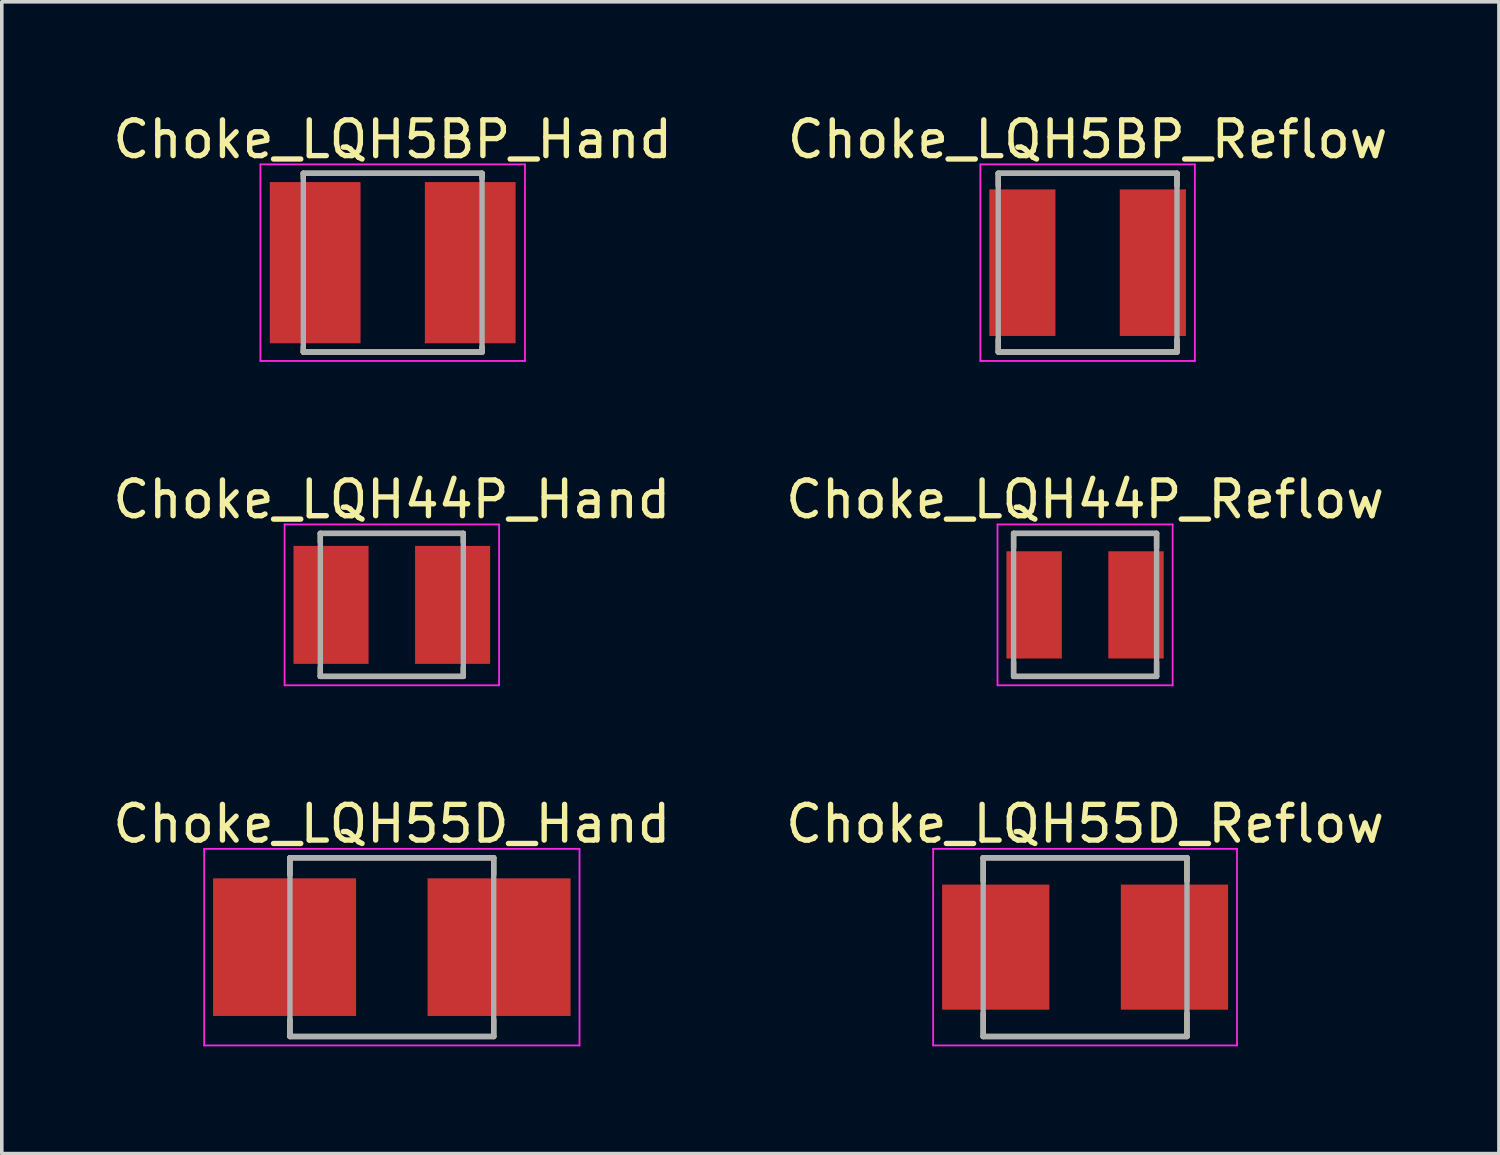
<source format=kicad_pcb>
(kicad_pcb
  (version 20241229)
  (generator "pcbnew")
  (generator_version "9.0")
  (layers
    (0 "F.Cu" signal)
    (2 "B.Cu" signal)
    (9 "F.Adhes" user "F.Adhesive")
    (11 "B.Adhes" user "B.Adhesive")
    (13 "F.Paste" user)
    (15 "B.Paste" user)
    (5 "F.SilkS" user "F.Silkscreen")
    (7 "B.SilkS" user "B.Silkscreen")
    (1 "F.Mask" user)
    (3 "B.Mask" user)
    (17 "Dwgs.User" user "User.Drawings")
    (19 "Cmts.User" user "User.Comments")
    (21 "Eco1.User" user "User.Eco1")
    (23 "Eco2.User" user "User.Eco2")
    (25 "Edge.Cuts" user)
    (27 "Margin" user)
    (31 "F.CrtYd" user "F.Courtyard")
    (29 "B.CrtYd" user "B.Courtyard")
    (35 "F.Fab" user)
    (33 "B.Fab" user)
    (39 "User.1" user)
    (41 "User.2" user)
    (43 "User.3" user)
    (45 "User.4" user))
  (footprint "Choke_LQH44P_Reflow"
    (layer "F.Cu")
    (at 27.304 13.871)
    (property "Reference" "Choke_LQH44P_Reflow" (at 0 -2.95 0) (layer "F.SilkS") (effects (font (size 1 1) (thickness 0.15))))
    (attr smd)
    (fp_line (start -2 -2) (end -2 -1.6) (stroke (width 0.15) (type solid)) (layer "F.SilkS"))
    (fp_line (start -2 -2) (end 2 -2) (stroke (width 0.15) (type solid)) (layer "F.SilkS"))
    (fp_line (start -2 1.6) (end -2 2) (stroke (width 0.15) (type solid)) (layer "F.SilkS"))
    (fp_line (start -2 2) (end 2 2) (stroke (width 0.15) (type solid)) (layer "F.SilkS"))
    (fp_line (start 2 -2) (end 2 -1.6) (stroke (width 0.15) (type solid)) (layer "F.SilkS"))
    (fp_line (start 2 1.6) (end 2 2) (stroke (width 0.15) (type solid)) (layer "F.SilkS"))
    (fp_line (start -2.45 -2.25) (end -2.45 2.25) (stroke (width 0.05) (type solid)) (layer "F.CrtYd"))
    (fp_line (start -2.45 -2.25) (end 2.45 -2.25) (stroke (width 0.05) (type solid)) (layer "F.CrtYd"))
    (fp_line (start -2.45 2.25) (end 2.45 2.25) (stroke (width 0.05) (type solid)) (layer "F.CrtYd"))
    (fp_line (start 2.45 -2.25) (end 2.45 2.25) (stroke (width 0.05) (type solid)) (layer "F.CrtYd"))
    (fp_line (start -2 -2) (end -2 2) (stroke (width 0.15) (type solid)) (layer "F.Fab"))
    (fp_line (start -2 -2) (end 2 -2) (stroke (width 0.15) (type solid)) (layer "F.Fab"))
    (fp_line (start -2 2) (end 2 2) (stroke (width 0.15) (type solid)) (layer "F.Fab"))
    (fp_line (start 2 -2) (end 2 2) (stroke (width 0.15) (type solid)) (layer "F.Fab"))
    (pad "1" smd rect (at -1.425 0) (size 1.55 3) (layers "F.Cu" "F.Mask" "F.Paste"))
    (pad "2" smd rect (at 1.425 0) (size 1.55 3) (layers "F.Cu" "F.Mask" "F.Paste")))
  (footprint "Choke_LQH55D_Reflow"
    (layer "F.Cu")
    (at 27.304 23.445)
    (property "Reference" "Choke_LQH55D_Reflow" (at 0 -3.45 0) (layer "F.SilkS") (effects (font (size 1 1) (thickness 0.15))))
    (attr smd)
    (fp_line (start -2.85 -2.5) (end -2.85 -1.85) (stroke (width 0.15) (type solid)) (layer "F.SilkS"))
    (fp_line (start -2.85 -2.5) (end 2.85 -2.5) (stroke (width 0.15) (type solid)) (layer "F.SilkS"))
    (fp_line (start -2.85 1.85) (end -2.85 2.5) (stroke (width 0.15) (type solid)) (layer "F.SilkS"))
    (fp_line (start -2.85 2.5) (end 2.85 2.5) (stroke (width 0.15) (type solid)) (layer "F.SilkS"))
    (fp_line (start 2.85 -2.5) (end 2.85 -1.85) (stroke (width 0.15) (type solid)) (layer "F.SilkS"))
    (fp_line (start 2.85 1.85) (end 2.85 2.5) (stroke (width 0.15) (type solid)) (layer "F.SilkS"))
    (fp_line (start -4.25 -2.75) (end -4.25 2.75) (stroke (width 0.05) (type solid)) (layer "F.CrtYd"))
    (fp_line (start -4.25 -2.75) (end 4.25 -2.75) (stroke (width 0.05) (type solid)) (layer "F.CrtYd"))
    (fp_line (start -4.25 2.75) (end 4.25 2.75) (stroke (width 0.05) (type solid)) (layer "F.CrtYd"))
    (fp_line (start 4.25 -2.75) (end 4.25 2.75) (stroke (width 0.05) (type solid)) (layer "F.CrtYd"))
    (fp_line (start -2.85 -2.5) (end -2.85 2.5) (stroke (width 0.15) (type solid)) (layer "F.Fab"))
    (fp_line (start -2.85 -2.5) (end 2.85 -2.5) (stroke (width 0.15) (type solid)) (layer "F.Fab"))
    (fp_line (start -2.85 2.5) (end 2.85 2.5) (stroke (width 0.15) (type solid)) (layer "F.Fab"))
    (fp_line (start 2.85 -2.5) (end 2.85 2.5) (stroke (width 0.15) (type solid)) (layer "F.Fab"))
    (pad "1" smd rect (at -2.5 0) (size 3 3.5) (layers "F.Cu" "F.Mask" "F.Paste"))
    (pad "2" smd rect (at 2.5 0) (size 3 3.5) (layers "F.Cu" "F.Mask" "F.Paste")))
  (footprint "Choke_LQH55D_Hand"
    (layer "F.Cu")
    (at 7.911 23.445)
    (property "Reference" "Choke_LQH55D_Hand" (at 0 -3.45 0) (layer "F.SilkS") (effects (font (size 1 1) (thickness 0.15))))
    (attr smd)
    (fp_line (start -2.85 -2.5) (end -2.85 -2.025) (stroke (width 0.15) (type solid)) (layer "F.SilkS"))
    (fp_line (start -2.85 -2.5) (end 2.85 -2.5) (stroke (width 0.15) (type solid)) (layer "F.SilkS"))
    (fp_line (start -2.85 2.025) (end -2.85 2.5) (stroke (width 0.15) (type solid)) (layer "F.SilkS"))
    (fp_line (start -2.85 2.5) (end 2.85 2.5) (stroke (width 0.15) (type solid)) (layer "F.SilkS"))
    (fp_line (start 2.85 -2.5) (end 2.85 -2.025) (stroke (width 0.15) (type solid)) (layer "F.SilkS"))
    (fp_line (start 2.85 2.025) (end 2.85 2.5) (stroke (width 0.15) (type solid)) (layer "F.SilkS"))
    (fp_line (start -5.25 -2.75) (end -5.25 2.75) (stroke (width 0.05) (type solid)) (layer "F.CrtYd"))
    (fp_line (start -5.25 -2.75) (end 5.25 -2.75) (stroke (width 0.05) (type solid)) (layer "F.CrtYd"))
    (fp_line (start -5.25 2.75) (end 5.25 2.75) (stroke (width 0.05) (type solid)) (layer "F.CrtYd"))
    (fp_line (start 5.25 -2.75) (end 5.25 2.75) (stroke (width 0.05) (type solid)) (layer "F.CrtYd"))
    (fp_line (start -2.85 -2.5) (end -2.85 2.5) (stroke (width 0.15) (type solid)) (layer "F.Fab"))
    (fp_line (start -2.85 -2.5) (end 2.85 -2.5) (stroke (width 0.15) (type solid)) (layer "F.Fab"))
    (fp_line (start -2.85 2.5) (end 2.85 2.5) (stroke (width 0.15) (type solid)) (layer "F.Fab"))
    (fp_line (start 2.85 -2.5) (end 2.85 2.5) (stroke (width 0.15) (type solid)) (layer "F.Fab"))
    (pad "1" smd rect (at -3 0) (size 4 3.85) (layers "F.Cu" "F.Mask" "F.Paste"))
    (pad "2" smd rect (at 3 0) (size 4 3.85) (layers "F.Cu" "F.Mask" "F.Paste")))
  (footprint "Choke_LQH44P_Hand"
    (layer "F.Cu")
    (at 7.911 13.871)
    (property "Reference" "Choke_LQH44P_Hand" (at 0 -2.95 0) (layer "F.SilkS") (effects (font (size 1 1) (thickness 0.15))))
    (attr smd)
    (fp_line (start -2 -2) (end -2 -1.75) (stroke (width 0.15) (type solid)) (layer "F.SilkS"))
    (fp_line (start -2 -2) (end 2 -2) (stroke (width 0.15) (type solid)) (layer "F.SilkS"))
    (fp_line (start -2 1.75) (end -2 2) (stroke (width 0.15) (type solid)) (layer "F.SilkS"))
    (fp_line (start -2 2) (end 2 2) (stroke (width 0.15) (type solid)) (layer "F.SilkS"))
    (fp_line (start 2 -2) (end 2 -1.75) (stroke (width 0.15) (type solid)) (layer "F.SilkS"))
    (fp_line (start 2 1.75) (end 2 2) (stroke (width 0.15) (type solid)) (layer "F.SilkS"))
    (fp_line (start -3 -2.25) (end -3 2.25) (stroke (width 0.05) (type solid)) (layer "F.CrtYd"))
    (fp_line (start -3 -2.25) (end 3 -2.25) (stroke (width 0.05) (type solid)) (layer "F.CrtYd"))
    (fp_line (start -3 2.25) (end 3 2.25) (stroke (width 0.05) (type solid)) (layer "F.CrtYd"))
    (fp_line (start 3 -2.25) (end 3 2.25) (stroke (width 0.05) (type solid)) (layer "F.CrtYd"))
    (fp_line (start -2 -2) (end -2 2) (stroke (width 0.15) (type solid)) (layer "F.Fab"))
    (fp_line (start -2 -2) (end 2 -2) (stroke (width 0.15) (type solid)) (layer "F.Fab"))
    (fp_line (start -2 2) (end 2 2) (stroke (width 0.15) (type solid)) (layer "F.Fab"))
    (fp_line (start 2 -2) (end 2 2) (stroke (width 0.15) (type solid)) (layer "F.Fab"))
    (pad "1" smd rect (at -1.7 0) (size 2.1 3.3) (layers "F.Cu" "F.Mask" "F.Paste"))
    (pad "2" smd rect (at 1.7 0) (size 2.1 3.3) (layers "F.Cu" "F.Mask" "F.Paste")))
  (footprint "Choke_LQH5BP_Reflow"
    (layer "F.Cu")
    (at 27.375 4.298)
    (property "Reference" "Choke_LQH5BP_Reflow" (at 0 -3.45 0) (layer "F.SilkS") (effects (font (size 1 1) (thickness 0.15))))
    (attr smd)
    (fp_line (start -2.5 -2.5) (end -2.5 -2.15) (stroke (width 0.15) (type solid)) (layer "F.SilkS"))
    (fp_line (start -2.5 -2.5) (end 2.5 -2.5) (stroke (width 0.15) (type solid)) (layer "F.SilkS"))
    (fp_line (start -2.5 2.15) (end -2.5 2.5) (stroke (width 0.15) (type solid)) (layer "F.SilkS"))
    (fp_line (start -2.5 2.5) (end 2.5 2.5) (stroke (width 0.15) (type solid)) (layer "F.SilkS"))
    (fp_line (start 2.5 -2.5) (end 2.5 -2.15) (stroke (width 0.15) (type solid)) (layer "F.SilkS"))
    (fp_line (start 2.5 2.15) (end 2.5 2.5) (stroke (width 0.15) (type solid)) (layer "F.SilkS"))
    (fp_line (start -3 -2.75) (end -3 2.75) (stroke (width 0.05) (type solid)) (layer "F.CrtYd"))
    (fp_line (start -3 -2.75) (end 3 -2.75) (stroke (width 0.05) (type solid)) (layer "F.CrtYd"))
    (fp_line (start -3 2.75) (end 3 2.75) (stroke (width 0.05) (type solid)) (layer "F.CrtYd"))
    (fp_line (start 3 -2.75) (end 3 2.75) (stroke (width 0.05) (type solid)) (layer "F.CrtYd"))
    (fp_line (start -2.5 -2.5) (end -2.5 2.5) (stroke (width 0.15) (type solid)) (layer "F.Fab"))
    (fp_line (start -2.5 -2.5) (end 2.5 -2.5) (stroke (width 0.15) (type solid)) (layer "F.Fab"))
    (fp_line (start -2.5 2.5) (end 2.5 2.5) (stroke (width 0.15) (type solid)) (layer "F.Fab"))
    (fp_line (start 2.5 -2.5) (end 2.5 2.5) (stroke (width 0.15) (type solid)) (layer "F.Fab"))
    (pad "1" smd rect (at -1.825 0) (size 1.85 4.1) (layers "F.Cu" "F.Mask" "F.Paste"))
    (pad "2" smd rect (at 1.825 0) (size 1.85 4.1) (layers "F.Cu" "F.Mask" "F.Paste")))
  (footprint "Choke_LQH5BP_Hand"
    (layer "F.Cu")
    (at 7.935 4.298)
    (property "Reference" "Choke_LQH5BP_Hand" (at 0 -3.45 0) (layer "F.SilkS") (effects (font (size 1 1) (thickness 0.15))))
    (attr smd)
    (fp_line (start -2.5 -2.5) (end -2.5 -2.355) (stroke (width 0.15) (type solid)) (layer "F.SilkS"))
    (fp_line (start -2.5 -2.5) (end 2.5 -2.5) (stroke (width 0.15) (type solid)) (layer "F.SilkS"))
    (fp_line (start -2.5 2.355) (end -2.5 2.5) (stroke (width 0.15) (type solid)) (layer "F.SilkS"))
    (fp_line (start -2.5 2.5) (end 2.5 2.5) (stroke (width 0.15) (type solid)) (layer "F.SilkS"))
    (fp_line (start 2.5 -2.5) (end 2.5 -2.355) (stroke (width 0.15) (type solid)) (layer "F.SilkS"))
    (fp_line (start 2.5 2.355) (end 2.5 2.5) (stroke (width 0.15) (type solid)) (layer "F.SilkS"))
    (fp_line (start -3.7 -2.75) (end -3.7 2.75) (stroke (width 0.05) (type solid)) (layer "F.CrtYd"))
    (fp_line (start -3.7 -2.75) (end 3.7 -2.75) (stroke (width 0.05) (type solid)) (layer "F.CrtYd"))
    (fp_line (start -3.7 2.75) (end 3.7 2.75) (stroke (width 0.05) (type solid)) (layer "F.CrtYd"))
    (fp_line (start 3.7 -2.75) (end 3.7 2.75) (stroke (width 0.05) (type solid)) (layer "F.CrtYd"))
    (fp_line (start -2.5 -2.5) (end -2.5 2.5) (stroke (width 0.15) (type solid)) (layer "F.Fab"))
    (fp_line (start -2.5 -2.5) (end 2.5 -2.5) (stroke (width 0.15) (type solid)) (layer "F.Fab"))
    (fp_line (start -2.5 2.5) (end 2.5 2.5) (stroke (width 0.15) (type solid)) (layer "F.Fab"))
    (fp_line (start 2.5 -2.5) (end 2.5 2.5) (stroke (width 0.15) (type solid)) (layer "F.Fab"))
    (pad "1" smd rect (at -2.169 0) (size 2.538 4.51) (layers "F.Cu" "F.Mask" "F.Paste"))
    (pad "2" smd rect (at 2.169 0) (size 2.538 4.51) (layers "F.Cu" "F.Mask" "F.Paste")))
  (gr_rect
    (start -3 -3)
    (end 38.881 29.22)
    (stroke (width 0.1) (type default))
    (fill no)
    (layer "Edge.Cuts")))
</source>
